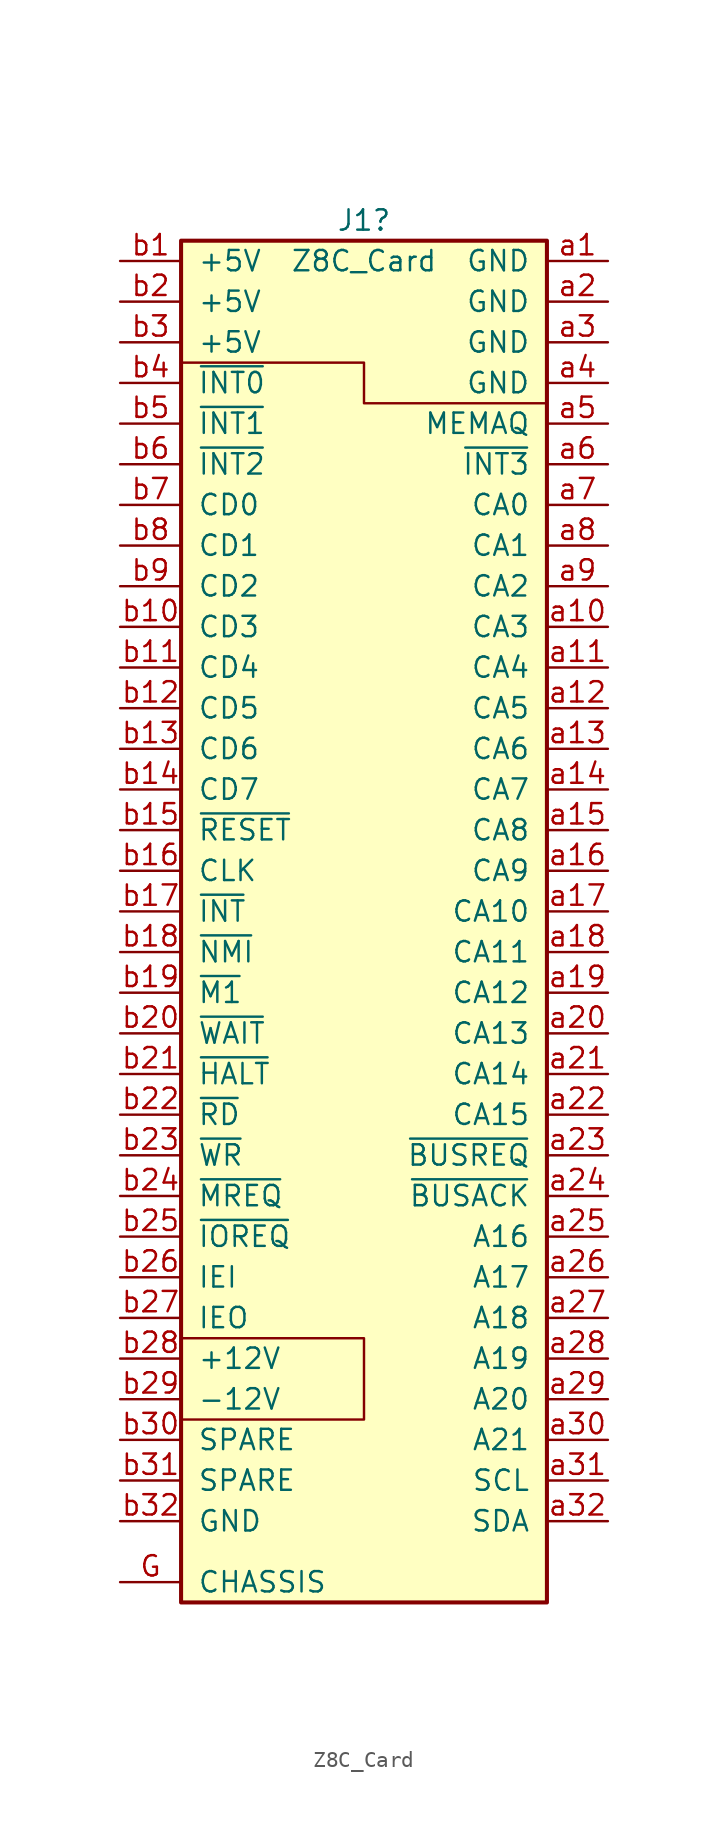
<source format=kicad_sym>
(kicad_symbol_lib
  (version 20220914)
  (generator kicad_symbol_editor)
  (symbol "Z8C_Card"
    (pin_names
      (offset 1.016))
    (property "Reference" "J1"
      (at 0 41.91 0)
      (effects (font (size 1.27 1.27))))
    (property "Value" "Z8C_Card"
      (at 0 39.37 0)
      (effects (font (size 1.27 1.27))))
    (symbol "Z8C_Card_0_1"
      (polyline (pts (xy -11.43 -27.94) (xy 0 -27.94) (xy 0 -33.02) (xy -11.43 -33.02)) (stroke (width 0) (type default)) (fill (type none)))
      (polyline (pts (xy -11.43 33.02) (xy -2.54 33.02) (xy 0 33.02) (xy 0 30.48) (xy 11.43 30.48)) (stroke (width 0) (type default)) (fill (type none))))
    (symbol "Z8C_Card_1_1"
      (rectangle (start -11.43 40.64) (end 11.43 -44.45) (stroke (width 0.254) (type default)) (fill (type background)))
      (pin power_out line (at -15.24 -43.18 0) (length 3.81) (name "CHASSIS" (effects (font (size 1.27 1.27)))) (number "G" (effects (font (size 1.27 1.27)))))
      (pin power_out line (at 15.24 39.37 180) (length 3.81) (name "GND" (effects (font (size 1.27 1.27)))) (number "a1" (effects (font (size 1.27 1.27)))))
      (pin passive line (at 15.24 16.51 180) (length 3.81) (name "CA3" (effects (font (size 1.27 1.27)))) (number "a10" (effects (font (size 1.27 1.27)))))
      (pin passive line (at 15.24 13.97 180) (length 3.81) (name "CA4" (effects (font (size 1.27 1.27)))) (number "a11" (effects (font (size 1.27 1.27)))))
      (pin passive line (at 15.24 11.43 180) (length 3.81) (name "CA5" (effects (font (size 1.27 1.27)))) (number "a12" (effects (font (size 1.27 1.27)))))
      (pin passive line (at 15.24 8.89 180) (length 3.81) (name "CA6" (effects (font (size 1.27 1.27)))) (number "a13" (effects (font (size 1.27 1.27)))))
      (pin passive line (at 15.24 6.35 180) (length 3.81) (name "CA7" (effects (font (size 1.27 1.27)))) (number "a14" (effects (font (size 1.27 1.27)))))
      (pin passive line (at 15.24 3.81 180) (length 3.81) (name "CA8" (effects (font (size 1.27 1.27)))) (number "a15" (effects (font (size 1.27 1.27)))))
      (pin passive line (at 15.24 1.27 180) (length 3.81) (name "CA9" (effects (font (size 1.27 1.27)))) (number "a16" (effects (font (size 1.27 1.27)))))
      (pin passive line (at 15.24 -1.27 180) (length 3.81) (name "CA10" (effects (font (size 1.27 1.27)))) (number "a17" (effects (font (size 1.27 1.27)))))
      (pin passive line (at 15.24 -3.81 180) (length 3.81) (name "CA11" (effects (font (size 1.27 1.27)))) (number "a18" (effects (font (size 1.27 1.27)))))
      (pin passive line (at 15.24 -6.35 180) (length 3.81) (name "CA12" (effects (font (size 1.27 1.27)))) (number "a19" (effects (font (size 1.27 1.27)))))
      (pin power_out line (at 15.24 36.83 180) (length 3.81) (name "GND" (effects (font (size 1.27 1.27)))) (number "a2" (effects (font (size 1.27 1.27)))))
      (pin passive line (at 15.24 -8.89 180) (length 3.81) (name "CA13" (effects (font (size 1.27 1.27)))) (number "a20" (effects (font (size 1.27 1.27)))))
      (pin passive line (at 15.24 -11.43 180) (length 3.81) (name "CA14" (effects (font (size 1.27 1.27)))) (number "a21" (effects (font (size 1.27 1.27)))))
      (pin passive line (at 15.24 -13.97 180) (length 3.81) (name "CA15" (effects (font (size 1.27 1.27)))) (number "a22" (effects (font (size 1.27 1.27)))))
      (pin passive line (at 15.24 -16.51 180) (length 3.81) (name "~{BUSREQ}" (effects (font (size 1.27 1.27)))) (number "a23" (effects (font (size 1.27 1.27)))))
      (pin passive line (at 15.24 -19.05 180) (length 3.81) (name "~{BUSACK}" (effects (font (size 1.27 1.27)))) (number "a24" (effects (font (size 1.27 1.27)))))
      (pin passive line (at 15.24 -21.59 180) (length 3.81) (name "A16" (effects (font (size 1.27 1.27)))) (number "a25" (effects (font (size 1.27 1.27)))))
      (pin passive line (at 15.24 -24.13 180) (length 3.81) (name "A17" (effects (font (size 1.27 1.27)))) (number "a26" (effects (font (size 1.27 1.27)))))
      (pin passive line (at 15.24 -26.67 180) (length 3.81) (name "A18" (effects (font (size 1.27 1.27)))) (number "a27" (effects (font (size 1.27 1.27)))))
      (pin passive line (at 15.24 -29.21 180) (length 3.81) (name "A19" (effects (font (size 1.27 1.27)))) (number "a28" (effects (font (size 1.27 1.27)))))
      (pin passive line (at 15.24 -31.75 180) (length 3.81) (name "A20" (effects (font (size 1.27 1.27)))) (number "a29" (effects (font (size 1.27 1.27)))))
      (pin power_out line (at 15.24 34.29 180) (length 3.81) (name "GND" (effects (font (size 1.27 1.27)))) (number "a3" (effects (font (size 1.27 1.27)))))
      (pin passive line (at 15.24 -34.29 180) (length 3.81) (name "A21" (effects (font (size 1.27 1.27)))) (number "a30" (effects (font (size 1.27 1.27)))))
      (pin passive line (at 15.24 -36.83 180) (length 3.81) (name "SCL" (effects (font (size 1.27 1.27)))) (number "a31" (effects (font (size 1.27 1.27)))))
      (pin passive line (at 15.24 -39.37 180) (length 3.81) (name "SDA" (effects (font (size 1.27 1.27)))) (number "a32" (effects (font (size 1.27 1.27)))))
      (pin power_out line (at 15.24 31.75 180) (length 3.81) (name "GND" (effects (font (size 1.27 1.27)))) (number "a4" (effects (font (size 1.27 1.27)))))
      (pin passive line (at 15.24 29.21 180) (length 3.81) (name "MEMAQ" (effects (font (size 1.27 1.27)))) (number "a5" (effects (font (size 1.27 1.27)))))
      (pin passive line (at 15.24 26.67 180) (length 3.81) (name "~{INT3}" (effects (font (size 1.27 1.27)))) (number "a6" (effects (font (size 1.27 1.27)))))
      (pin passive line (at 15.24 24.13 180) (length 3.81) (name "CA0" (effects (font (size 1.27 1.27)))) (number "a7" (effects (font (size 1.27 1.27)))))
      (pin passive line (at 15.24 21.59 180) (length 3.81) (name "CA1" (effects (font (size 1.27 1.27)))) (number "a8" (effects (font (size 1.27 1.27)))))
      (pin passive line (at 15.24 19.05 180) (length 3.81) (name "CA2" (effects (font (size 1.27 1.27)))) (number "a9" (effects (font (size 1.27 1.27)))))
      (pin power_out line (at -15.24 39.37 0) (length 3.81) (name "+5V" (effects (font (size 1.27 1.27)))) (number "b1" (effects (font (size 1.27 1.27)))))
      (pin passive line (at -15.24 16.51 0) (length 3.81) (name "CD3" (effects (font (size 1.27 1.27)))) (number "b10" (effects (font (size 1.27 1.27)))))
      (pin passive line (at -15.24 13.97 0) (length 3.81) (name "CD4" (effects (font (size 1.27 1.27)))) (number "b11" (effects (font (size 1.27 1.27)))))
      (pin passive line (at -15.24 11.43 0) (length 3.81) (name "CD5" (effects (font (size 1.27 1.27)))) (number "b12" (effects (font (size 1.27 1.27)))))
      (pin passive line (at -15.24 8.89 0) (length 3.81) (name "CD6" (effects (font (size 1.27 1.27)))) (number "b13" (effects (font (size 1.27 1.27)))))
      (pin passive line (at -15.24 6.35 0) (length 3.81) (name "CD7" (effects (font (size 1.27 1.27)))) (number "b14" (effects (font (size 1.27 1.27)))))
      (pin passive line (at -15.24 3.81 0) (length 3.81) (name "~{RESET}" (effects (font (size 1.27 1.27)))) (number "b15" (effects (font (size 1.27 1.27)))))
      (pin passive line (at -15.24 1.27 0) (length 3.81) (name "CLK" (effects (font (size 1.27 1.27)))) (number "b16" (effects (font (size 1.27 1.27)))))
      (pin passive line (at -15.24 -1.27 0) (length 3.81) (name "~{INT}" (effects (font (size 1.27 1.27)))) (number "b17" (effects (font (size 1.27 1.27)))))
      (pin passive line (at -15.24 -3.81 0) (length 3.81) (name "~{NMI}" (effects (font (size 1.27 1.27)))) (number "b18" (effects (font (size 1.27 1.27)))))
      (pin passive line (at -15.24 -6.35 0) (length 3.81) (name "~{M1}" (effects (font (size 1.27 1.27)))) (number "b19" (effects (font (size 1.27 1.27)))))
      (pin power_out line (at -15.24 36.83 0) (length 3.81) (name "+5V" (effects (font (size 1.27 1.27)))) (number "b2" (effects (font (size 1.27 1.27)))))
      (pin passive line (at -15.24 -8.89 0) (length 3.81) (name "~{WAIT}" (effects (font (size 1.27 1.27)))) (number "b20" (effects (font (size 1.27 1.27)))))
      (pin passive line (at -15.24 -11.43 0) (length 3.81) (name "~{HALT}" (effects (font (size 1.27 1.27)))) (number "b21" (effects (font (size 1.27 1.27)))))
      (pin passive line (at -15.24 -13.97 0) (length 3.81) (name "~{RD}" (effects (font (size 1.27 1.27)))) (number "b22" (effects (font (size 1.27 1.27)))))
      (pin passive line (at -15.24 -16.51 0) (length 3.81) (name "~{WR}" (effects (font (size 1.27 1.27)))) (number "b23" (effects (font (size 1.27 1.27)))))
      (pin passive line (at -15.24 -19.05 0) (length 3.81) (name "~{MREQ}" (effects (font (size 1.27 1.27)))) (number "b24" (effects (font (size 1.27 1.27)))))
      (pin passive line (at -15.24 -21.59 0) (length 3.81) (name "~{IOREQ}" (effects (font (size 1.27 1.27)))) (number "b25" (effects (font (size 1.27 1.27)))))
      (pin passive line (at -15.24 -24.13 0) (length 3.81) (name "IEI" (effects (font (size 1.27 1.27)))) (number "b26" (effects (font (size 1.27 1.27)))))
      (pin passive line (at -15.24 -26.67 0) (length 3.81) (name "IEO" (effects (font (size 1.27 1.27)))) (number "b27" (effects (font (size 1.27 1.27)))))
      (pin power_out line (at -15.24 -29.21 0) (length 3.81) (name "+12V" (effects (font (size 1.27 1.27)))) (number "b28" (effects (font (size 1.27 1.27)))))
      (pin power_out line (at -15.24 -31.75 0) (length 3.81) (name "-12V" (effects (font (size 1.27 1.27)))) (number "b29" (effects (font (size 1.27 1.27)))))
      (pin power_out line (at -15.24 34.29 0) (length 3.81) (name "+5V" (effects (font (size 1.27 1.27)))) (number "b3" (effects (font (size 1.27 1.27)))))
      (pin passive line (at -15.24 -34.29 0) (length 3.81) (name "SPARE" (effects (font (size 1.27 1.27)))) (number "b30" (effects (font (size 1.27 1.27)))))
      (pin passive line (at -15.24 -36.83 0) (length 3.81) (name "SPARE" (effects (font (size 1.27 1.27)))) (number "b31" (effects (font (size 1.27 1.27)))))
      (pin power_out line (at -15.24 -39.37 0) (length 3.81) (name "GND" (effects (font (size 1.27 1.27)))) (number "b32" (effects (font (size 1.27 1.27)))))
      (pin passive line (at -15.24 31.75 0) (length 3.81) (name "~{INT0}" (effects (font (size 1.27 1.27)))) (number "b4" (effects (font (size 1.27 1.27)))))
      (pin passive line (at -15.24 29.21 0) (length 3.81) (name "~{INT1}" (effects (font (size 1.27 1.27)))) (number "b5" (effects (font (size 1.27 1.27)))))
      (pin passive line (at -15.24 26.67 0) (length 3.81) (name "~{INT2}" (effects (font (size 1.27 1.27)))) (number "b6" (effects (font (size 1.27 1.27)))))
      (pin passive line (at -15.24 24.13 0) (length 3.81) (name "CD0" (effects (font (size 1.27 1.27)))) (number "b7" (effects (font (size 1.27 1.27)))))
      (pin passive line (at -15.24 21.59 0) (length 3.81) (name "CD1" (effects (font (size 1.27 1.27)))) (number "b8" (effects (font (size 1.27 1.27)))))
      (pin passive line (at -15.24 19.05 0) (length 3.81) (name "CD2" (effects (font (size 1.27 1.27)))) (number "b9" (effects (font (size 1.27 1.27))))))))
</source>
